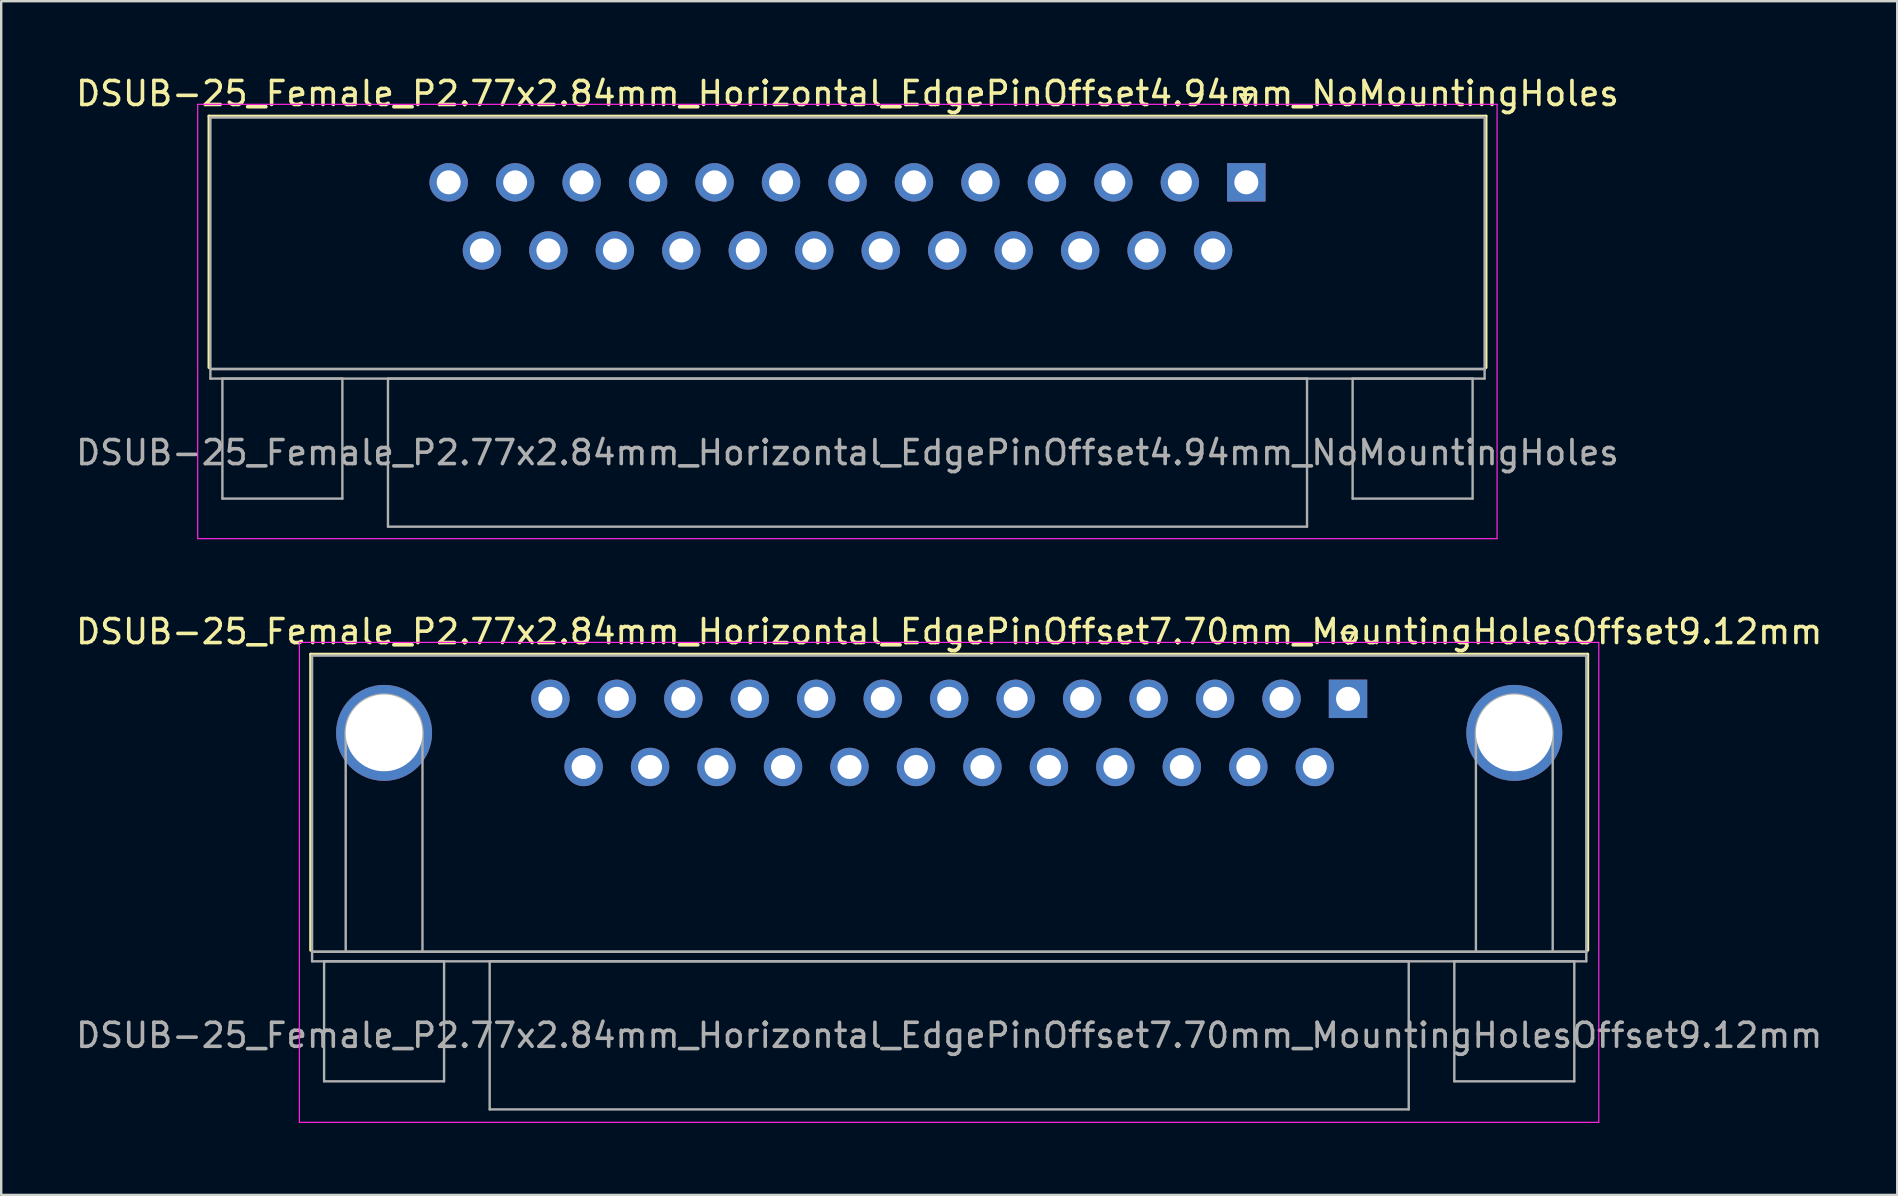
<source format=kicad_pcb>
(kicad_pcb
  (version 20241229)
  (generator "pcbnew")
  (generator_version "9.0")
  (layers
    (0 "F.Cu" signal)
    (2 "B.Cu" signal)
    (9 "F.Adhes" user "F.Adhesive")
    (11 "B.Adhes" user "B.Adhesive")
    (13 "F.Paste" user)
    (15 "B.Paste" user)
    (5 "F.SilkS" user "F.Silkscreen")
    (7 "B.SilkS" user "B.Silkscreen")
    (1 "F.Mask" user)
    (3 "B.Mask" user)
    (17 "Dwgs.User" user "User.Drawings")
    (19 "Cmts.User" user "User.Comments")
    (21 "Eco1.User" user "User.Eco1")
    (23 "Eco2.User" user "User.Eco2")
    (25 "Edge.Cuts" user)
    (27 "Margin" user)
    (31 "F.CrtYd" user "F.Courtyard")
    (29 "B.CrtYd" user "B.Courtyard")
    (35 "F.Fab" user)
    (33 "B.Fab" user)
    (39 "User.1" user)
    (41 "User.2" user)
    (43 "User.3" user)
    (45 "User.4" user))
  (footprint "DSUB-25_Female_P2.77x2.84mm_Horizontal_EdgePinOffset7.70mm_MountingHolesOffset9.12mm"
    (layer "F.Cu")
    (at 53.126 26.072)
    (property "Reference" "DSUB-25_Female_P2.77x2.84mm_Horizontal_EdgePinOffset7.70mm_MountingHolesOffset9.12mm" (at -16.62 -2.8 0) (layer "F.SilkS") (effects (font (size 1 1) (thickness 0.15))))
    (attr through_hole)
    (fp_line (start -43.23 -1.86) (end 9.99 -1.86) (stroke (width 0.12) (type solid)) (layer "F.SilkS"))
    (fp_line (start -43.23 10.48) (end -43.23 -1.86) (stroke (width 0.12) (type solid)) (layer "F.SilkS"))
    (fp_line (start -0.25 -2.754) (end 0.25 -2.754) (stroke (width 0.12) (type solid)) (layer "F.SilkS"))
    (fp_line (start 0 -2.321) (end -0.25 -2.754) (stroke (width 0.12) (type solid)) (layer "F.SilkS"))
    (fp_line (start 0.25 -2.754) (end 0 -2.321) (stroke (width 0.12) (type solid)) (layer "F.SilkS"))
    (fp_line (start 9.99 -1.86) (end 9.99 10.48) (stroke (width 0.12) (type solid)) (layer "F.SilkS"))
    (fp_line (start -43.7 -2.35) (end -43.7 17.65) (stroke (width 0.05) (type solid)) (layer "F.CrtYd"))
    (fp_line (start -43.7 17.65) (end 10.45 17.65) (stroke (width 0.05) (type solid)) (layer "F.CrtYd"))
    (fp_line (start 10.45 -2.35) (end -43.7 -2.35) (stroke (width 0.05) (type solid)) (layer "F.CrtYd"))
    (fp_line (start 10.45 17.65) (end 10.45 -2.35) (stroke (width 0.05) (type solid)) (layer "F.CrtYd"))
    (fp_line (start -43.17 -1.8) (end -43.17 10.54) (stroke (width 0.1) (type solid)) (layer "F.Fab"))
    (fp_line (start -43.17 10.54) (end -43.17 10.94) (stroke (width 0.1) (type solid)) (layer "F.Fab"))
    (fp_line (start -43.17 10.54) (end 9.93 10.54) (stroke (width 0.1) (type solid)) (layer "F.Fab"))
    (fp_line (start -43.17 10.94) (end 9.93 10.94) (stroke (width 0.1) (type solid)) (layer "F.Fab"))
    (fp_line (start -42.67 10.94) (end -42.67 15.94) (stroke (width 0.1) (type solid)) (layer "F.Fab"))
    (fp_line (start -42.67 15.94) (end -37.67 15.94) (stroke (width 0.1) (type solid)) (layer "F.Fab"))
    (fp_line (start -41.77 10.54) (end -41.77 1.42) (stroke (width 0.1) (type solid)) (layer "F.Fab"))
    (fp_line (start -38.57 10.54) (end -38.57 1.42) (stroke (width 0.1) (type solid)) (layer "F.Fab"))
    (fp_line (start -37.67 10.94) (end -42.67 10.94) (stroke (width 0.1) (type solid)) (layer "F.Fab"))
    (fp_line (start -37.67 15.94) (end -37.67 10.94) (stroke (width 0.1) (type solid)) (layer "F.Fab"))
    (fp_line (start -35.77 10.94) (end -35.77 17.11) (stroke (width 0.1) (type solid)) (layer "F.Fab"))
    (fp_line (start -35.77 17.11) (end 2.53 17.11) (stroke (width 0.1) (type solid)) (layer "F.Fab"))
    (fp_line (start 2.53 10.94) (end -35.77 10.94) (stroke (width 0.1) (type solid)) (layer "F.Fab"))
    (fp_line (start 2.53 17.11) (end 2.53 10.94) (stroke (width 0.1) (type solid)) (layer "F.Fab"))
    (fp_line (start 4.43 10.94) (end 4.43 15.94) (stroke (width 0.1) (type solid)) (layer "F.Fab"))
    (fp_line (start 4.43 15.94) (end 9.43 15.94) (stroke (width 0.1) (type solid)) (layer "F.Fab"))
    (fp_line (start 5.33 10.54) (end 5.33 1.42) (stroke (width 0.1) (type solid)) (layer "F.Fab"))
    (fp_line (start 8.53 10.54) (end 8.53 1.42) (stroke (width 0.1) (type solid)) (layer "F.Fab"))
    (fp_line (start 9.43 10.94) (end 4.43 10.94) (stroke (width 0.1) (type solid)) (layer "F.Fab"))
    (fp_line (start 9.43 15.94) (end 9.43 10.94) (stroke (width 0.1) (type solid)) (layer "F.Fab"))
    (fp_line (start 9.93 -1.8) (end -43.17 -1.8) (stroke (width 0.1) (type solid)) (layer "F.Fab"))
    (fp_line (start 9.93 10.54) (end -43.17 10.54) (stroke (width 0.1) (type solid)) (layer "F.Fab"))
    (fp_line (start 9.93 10.54) (end 9.93 -1.8) (stroke (width 0.1) (type solid)) (layer "F.Fab"))
    (fp_line (start 9.93 10.94) (end 9.93 10.54) (stroke (width 0.1) (type solid)) (layer "F.Fab"))
    (fp_arc (start -41.77 1.42) (mid -40.17 -0.18) (end -38.57 1.42) (stroke (width 0.1) (type solid)) (layer "F.Fab"))
    (fp_arc (start 5.33 1.42) (mid 6.93 -0.18) (end 8.53 1.42) (stroke (width 0.1) (type solid)) (layer "F.Fab"))
    (fp_text user "${REFERENCE}" (at -16.62 14.025 0) (layer "F.Fab") (effects (font (size 1 1) (thickness 0.15))))
    (pad "0" thru_hole circle (at -40.17 1.42) (size 4 4) (drill 3.2) (layers "*.Cu" "*.Mask"))
    (pad "0" thru_hole circle (at 6.93 1.42) (size 4 4) (drill 3.2) (layers "*.Cu" "*.Mask"))
    (pad "1" thru_hole rect (at 0 0) (size 1.6 1.6) (drill 1) (layers "*.Cu" "*.Mask"))
    (pad "2" thru_hole circle (at -2.77 0) (size 1.6 1.6) (drill 1) (layers "*.Cu" "*.Mask"))
    (pad "3" thru_hole circle (at -5.54 0) (size 1.6 1.6) (drill 1) (layers "*.Cu" "*.Mask"))
    (pad "4" thru_hole circle (at -8.31 0) (size 1.6 1.6) (drill 1) (layers "*.Cu" "*.Mask"))
    (pad "5" thru_hole circle (at -11.08 0) (size 1.6 1.6) (drill 1) (layers "*.Cu" "*.Mask"))
    (pad "6" thru_hole circle (at -13.85 0) (size 1.6 1.6) (drill 1) (layers "*.Cu" "*.Mask"))
    (pad "7" thru_hole circle (at -16.62 0) (size 1.6 1.6) (drill 1) (layers "*.Cu" "*.Mask"))
    (pad "8" thru_hole circle (at -19.39 0) (size 1.6 1.6) (drill 1) (layers "*.Cu" "*.Mask"))
    (pad "9" thru_hole circle (at -22.16 0) (size 1.6 1.6) (drill 1) (layers "*.Cu" "*.Mask"))
    (pad "10" thru_hole circle (at -24.93 0) (size 1.6 1.6) (drill 1) (layers "*.Cu" "*.Mask"))
    (pad "11" thru_hole circle (at -27.7 0) (size 1.6 1.6) (drill 1) (layers "*.Cu" "*.Mask"))
    (pad "12" thru_hole circle (at -30.47 0) (size 1.6 1.6) (drill 1) (layers "*.Cu" "*.Mask"))
    (pad "13" thru_hole circle (at -33.24 0) (size 1.6 1.6) (drill 1) (layers "*.Cu" "*.Mask"))
    (pad "14" thru_hole circle (at -1.385 2.84) (size 1.6 1.6) (drill 1) (layers "*.Cu" "*.Mask"))
    (pad "15" thru_hole circle (at -4.155 2.84) (size 1.6 1.6) (drill 1) (layers "*.Cu" "*.Mask"))
    (pad "16" thru_hole circle (at -6.925 2.84) (size 1.6 1.6) (drill 1) (layers "*.Cu" "*.Mask"))
    (pad "17" thru_hole circle (at -9.695 2.84) (size 1.6 1.6) (drill 1) (layers "*.Cu" "*.Mask"))
    (pad "18" thru_hole circle (at -12.465 2.84) (size 1.6 1.6) (drill 1) (layers "*.Cu" "*.Mask"))
    (pad "19" thru_hole circle (at -15.235 2.84) (size 1.6 1.6) (drill 1) (layers "*.Cu" "*.Mask"))
    (pad "20" thru_hole circle (at -18.005 2.84) (size 1.6 1.6) (drill 1) (layers "*.Cu" "*.Mask"))
    (pad "21" thru_hole circle (at -20.775 2.84) (size 1.6 1.6) (drill 1) (layers "*.Cu" "*.Mask"))
    (pad "22" thru_hole circle (at -23.545 2.84) (size 1.6 1.6) (drill 1) (layers "*.Cu" "*.Mask"))
    (pad "23" thru_hole circle (at -26.315 2.84) (size 1.6 1.6) (drill 1) (layers "*.Cu" "*.Mask"))
    (pad "24" thru_hole circle (at -29.085 2.84) (size 1.6 1.6) (drill 1) (layers "*.Cu" "*.Mask"))
    (pad "25" thru_hole circle (at -31.855 2.84) (size 1.6 1.6) (drill 1) (layers "*.Cu" "*.Mask")))
  (footprint "DSUB-25_Female_P2.77x2.84mm_Horizontal_EdgePinOffset4.94mm_NoMountingHoles"
    (layer "F.Cu")
    (at 48.888 4.548)
    (property "Reference" "DSUB-25_Female_P2.77x2.84mm_Horizontal_EdgePinOffset4.94mm_NoMountingHoles" (at -16.62 -3.7 0) (layer "F.SilkS") (effects (font (size 1 1) (thickness 0.15))))
    (attr through_hole)
    (fp_line (start -43.23 -2.76) (end 9.99 -2.76) (stroke (width 0.12) (type solid)) (layer "F.SilkS"))
    (fp_line (start -43.23 7.72) (end -43.23 -2.76) (stroke (width 0.12) (type solid)) (layer "F.SilkS"))
    (fp_line (start -0.25 -3.654) (end 0.25 -3.654) (stroke (width 0.12) (type solid)) (layer "F.SilkS"))
    (fp_line (start 0 -3.221) (end -0.25 -3.654) (stroke (width 0.12) (type solid)) (layer "F.SilkS"))
    (fp_line (start 0.25 -3.654) (end 0 -3.221) (stroke (width 0.12) (type solid)) (layer "F.SilkS"))
    (fp_line (start 9.99 -2.76) (end 9.99 7.72) (stroke (width 0.12) (type solid)) (layer "F.SilkS"))
    (fp_line (start -43.7 -3.25) (end -43.7 14.85) (stroke (width 0.05) (type solid)) (layer "F.CrtYd"))
    (fp_line (start -43.7 14.85) (end 10.45 14.85) (stroke (width 0.05) (type solid)) (layer "F.CrtYd"))
    (fp_line (start 10.45 -3.25) (end -43.7 -3.25) (stroke (width 0.05) (type solid)) (layer "F.CrtYd"))
    (fp_line (start 10.45 14.85) (end 10.45 -3.25) (stroke (width 0.05) (type solid)) (layer "F.CrtYd"))
    (fp_line (start -43.17 -2.7) (end -43.17 7.78) (stroke (width 0.1) (type solid)) (layer "F.Fab"))
    (fp_line (start -43.17 7.78) (end -43.17 8.18) (stroke (width 0.1) (type solid)) (layer "F.Fab"))
    (fp_line (start -43.17 7.78) (end 9.93 7.78) (stroke (width 0.1) (type solid)) (layer "F.Fab"))
    (fp_line (start -43.17 8.18) (end 9.93 8.18) (stroke (width 0.1) (type solid)) (layer "F.Fab"))
    (fp_line (start -42.67 8.18) (end -42.67 13.18) (stroke (width 0.1) (type solid)) (layer "F.Fab"))
    (fp_line (start -42.67 13.18) (end -37.67 13.18) (stroke (width 0.1) (type solid)) (layer "F.Fab"))
    (fp_line (start -37.67 8.18) (end -42.67 8.18) (stroke (width 0.1) (type solid)) (layer "F.Fab"))
    (fp_line (start -37.67 13.18) (end -37.67 8.18) (stroke (width 0.1) (type solid)) (layer "F.Fab"))
    (fp_line (start -35.77 8.18) (end -35.77 14.35) (stroke (width 0.1) (type solid)) (layer "F.Fab"))
    (fp_line (start -35.77 14.35) (end 2.53 14.35) (stroke (width 0.1) (type solid)) (layer "F.Fab"))
    (fp_line (start 2.53 8.18) (end -35.77 8.18) (stroke (width 0.1) (type solid)) (layer "F.Fab"))
    (fp_line (start 2.53 14.35) (end 2.53 8.18) (stroke (width 0.1) (type solid)) (layer "F.Fab"))
    (fp_line (start 4.43 8.18) (end 4.43 13.18) (stroke (width 0.1) (type solid)) (layer "F.Fab"))
    (fp_line (start 4.43 13.18) (end 9.43 13.18) (stroke (width 0.1) (type solid)) (layer "F.Fab"))
    (fp_line (start 9.43 8.18) (end 4.43 8.18) (stroke (width 0.1) (type solid)) (layer "F.Fab"))
    (fp_line (start 9.43 13.18) (end 9.43 8.18) (stroke (width 0.1) (type solid)) (layer "F.Fab"))
    (fp_line (start 9.93 -2.7) (end -43.17 -2.7) (stroke (width 0.1) (type solid)) (layer "F.Fab"))
    (fp_line (start 9.93 7.78) (end -43.17 7.78) (stroke (width 0.1) (type solid)) (layer "F.Fab"))
    (fp_line (start 9.93 7.78) (end 9.93 -2.7) (stroke (width 0.1) (type solid)) (layer "F.Fab"))
    (fp_line (start 9.93 8.18) (end 9.93 7.78) (stroke (width 0.1) (type solid)) (layer "F.Fab"))
    (fp_text user "${REFERENCE}" (at -16.62 11.265 0) (layer "F.Fab") (effects (font (size 1 1) (thickness 0.15))))
    (pad "1" thru_hole rect (at 0 0) (size 1.6 1.6) (drill 1) (layers "*.Cu" "*.Mask"))
    (pad "2" thru_hole circle (at -2.77 0) (size 1.6 1.6) (drill 1) (layers "*.Cu" "*.Mask"))
    (pad "3" thru_hole circle (at -5.54 0) (size 1.6 1.6) (drill 1) (layers "*.Cu" "*.Mask"))
    (pad "4" thru_hole circle (at -8.31 0) (size 1.6 1.6) (drill 1) (layers "*.Cu" "*.Mask"))
    (pad "5" thru_hole circle (at -11.08 0) (size 1.6 1.6) (drill 1) (layers "*.Cu" "*.Mask"))
    (pad "6" thru_hole circle (at -13.85 0) (size 1.6 1.6) (drill 1) (layers "*.Cu" "*.Mask"))
    (pad "7" thru_hole circle (at -16.62 0) (size 1.6 1.6) (drill 1) (layers "*.Cu" "*.Mask"))
    (pad "8" thru_hole circle (at -19.39 0) (size 1.6 1.6) (drill 1) (layers "*.Cu" "*.Mask"))
    (pad "9" thru_hole circle (at -22.16 0) (size 1.6 1.6) (drill 1) (layers "*.Cu" "*.Mask"))
    (pad "10" thru_hole circle (at -24.93 0) (size 1.6 1.6) (drill 1) (layers "*.Cu" "*.Mask"))
    (pad "11" thru_hole circle (at -27.7 0) (size 1.6 1.6) (drill 1) (layers "*.Cu" "*.Mask"))
    (pad "12" thru_hole circle (at -30.47 0) (size 1.6 1.6) (drill 1) (layers "*.Cu" "*.Mask"))
    (pad "13" thru_hole circle (at -33.24 0) (size 1.6 1.6) (drill 1) (layers "*.Cu" "*.Mask"))
    (pad "14" thru_hole circle (at -1.385 2.84) (size 1.6 1.6) (drill 1) (layers "*.Cu" "*.Mask"))
    (pad "15" thru_hole circle (at -4.155 2.84) (size 1.6 1.6) (drill 1) (layers "*.Cu" "*.Mask"))
    (pad "16" thru_hole circle (at -6.925 2.84) (size 1.6 1.6) (drill 1) (layers "*.Cu" "*.Mask"))
    (pad "17" thru_hole circle (at -9.695 2.84) (size 1.6 1.6) (drill 1) (layers "*.Cu" "*.Mask"))
    (pad "18" thru_hole circle (at -12.465 2.84) (size 1.6 1.6) (drill 1) (layers "*.Cu" "*.Mask"))
    (pad "19" thru_hole circle (at -15.235 2.84) (size 1.6 1.6) (drill 1) (layers "*.Cu" "*.Mask"))
    (pad "20" thru_hole circle (at -18.005 2.84) (size 1.6 1.6) (drill 1) (layers "*.Cu" "*.Mask"))
    (pad "21" thru_hole circle (at -20.775 2.84) (size 1.6 1.6) (drill 1) (layers "*.Cu" "*.Mask"))
    (pad "22" thru_hole circle (at -23.545 2.84) (size 1.6 1.6) (drill 1) (layers "*.Cu" "*.Mask"))
    (pad "23" thru_hole circle (at -26.315 2.84) (size 1.6 1.6) (drill 1) (layers "*.Cu" "*.Mask"))
    (pad "24" thru_hole circle (at -29.085 2.84) (size 1.6 1.6) (drill 1) (layers "*.Cu" "*.Mask"))
    (pad "25" thru_hole circle (at -31.855 2.84) (size 1.6 1.6) (drill 1) (layers "*.Cu" "*.Mask")))
  (gr_rect
    (start -3 -3)
    (end 76.012 46.746)
    (stroke (width 0.1) (type default))
    (fill no)
    (layer "Edge.Cuts")))
</source>
